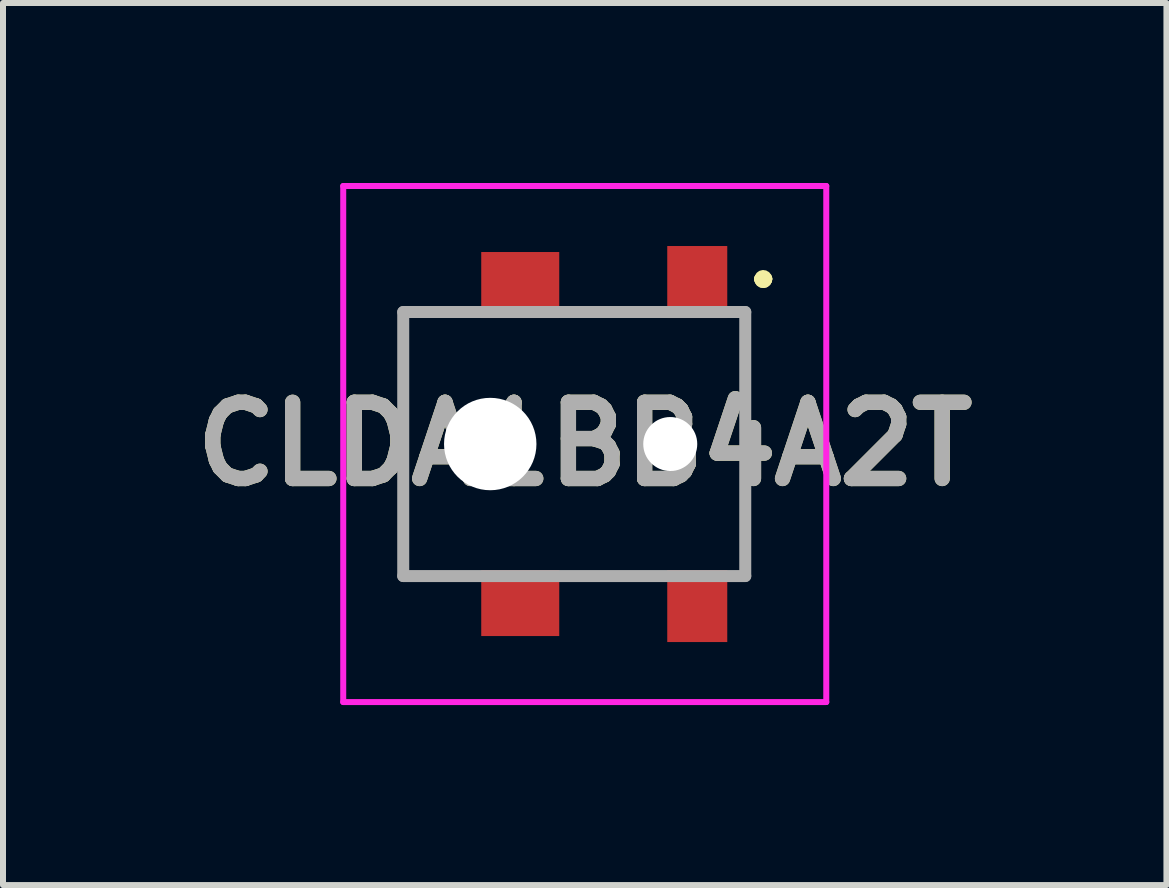
<source format=kicad_pcb>
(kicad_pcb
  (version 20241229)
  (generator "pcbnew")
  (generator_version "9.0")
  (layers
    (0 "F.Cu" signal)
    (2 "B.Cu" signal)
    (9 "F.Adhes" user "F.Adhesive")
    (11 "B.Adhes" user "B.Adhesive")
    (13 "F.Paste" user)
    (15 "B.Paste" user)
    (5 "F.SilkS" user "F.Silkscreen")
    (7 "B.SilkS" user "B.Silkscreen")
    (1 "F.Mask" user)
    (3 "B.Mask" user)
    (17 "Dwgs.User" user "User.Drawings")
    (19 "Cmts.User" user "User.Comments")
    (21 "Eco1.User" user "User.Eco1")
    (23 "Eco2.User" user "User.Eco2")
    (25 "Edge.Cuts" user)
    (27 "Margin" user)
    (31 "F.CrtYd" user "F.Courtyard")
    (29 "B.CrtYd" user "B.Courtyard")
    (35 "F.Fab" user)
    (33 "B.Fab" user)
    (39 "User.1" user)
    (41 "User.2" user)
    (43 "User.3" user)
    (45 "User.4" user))
  (footprint "CLDA1BB4A2T"
    (layer "F.Cu")
    (at 6.52 4.35)
    (property "Reference" "CLDA1BB4A2T" (at 0.175 0 0) (layer "F.SilkS") (effects (font (size 1.27 1.27) (thickness 0.254))))
    (attr through_hole)
    (fp_line (start -2.85 -2.2) (end -2.85 -2.2) (stroke (width 0.1) (type solid)) (layer "F.SilkS"))
    (fp_line (start -2.85 -2.2) (end -2.85 -2.2) (stroke (width 0.1) (type solid)) (layer "F.SilkS"))
    (fp_line (start -2.85 -2.2) (end -2.85 2.2) (stroke (width 0.1) (type solid)) (layer "F.SilkS"))
    (fp_line (start -2.85 -2.2) (end -2.15 -2.2) (stroke (width 0.1) (type solid)) (layer "F.SilkS"))
    (fp_line (start -2.85 2.2) (end -2.85 -2.2) (stroke (width 0.1) (type solid)) (layer "F.SilkS"))
    (fp_line (start -2.85 2.2) (end -2.85 2.2) (stroke (width 0.1) (type solid)) (layer "F.SilkS"))
    (fp_line (start -2.85 2.2) (end -2.85 2.2) (stroke (width 0.1) (type solid)) (layer "F.SilkS"))
    (fp_line (start -2.85 2.2) (end -2.15 2.2) (stroke (width 0.1) (type solid)) (layer "F.SilkS"))
    (fp_line (start -2.15 -2.2) (end -2.85 -2.2) (stroke (width 0.1) (type solid)) (layer "F.SilkS"))
    (fp_line (start -2.15 -2.2) (end -2.15 -2.2) (stroke (width 0.1) (type solid)) (layer "F.SilkS"))
    (fp_line (start -2.15 2.2) (end -2.85 2.2) (stroke (width 0.1) (type solid)) (layer "F.SilkS"))
    (fp_line (start -2.15 2.2) (end -2.15 2.2) (stroke (width 0.1) (type solid)) (layer "F.SilkS"))
    (fp_line (start 0.35 -2.2) (end 0.35 -2.2) (stroke (width 0.1) (type solid)) (layer "F.SilkS"))
    (fp_line (start 0.35 -2.2) (end 0.85 -2.2) (stroke (width 0.1) (type solid)) (layer "F.SilkS"))
    (fp_line (start 0.35 2.2) (end 0.35 2.2) (stroke (width 0.1) (type solid)) (layer "F.SilkS"))
    (fp_line (start 0.35 2.2) (end 0.85 2.2) (stroke (width 0.1) (type solid)) (layer "F.SilkS"))
    (fp_line (start 0.85 -2.2) (end 0.35 -2.2) (stroke (width 0.1) (type solid)) (layer "F.SilkS"))
    (fp_line (start 0.85 -2.2) (end 0.85 -2.2) (stroke (width 0.1) (type solid)) (layer "F.SilkS"))
    (fp_line (start 0.85 2.2) (end 0.35 2.2) (stroke (width 0.1) (type solid)) (layer "F.SilkS"))
    (fp_line (start 0.85 2.2) (end 0.85 2.2) (stroke (width 0.1) (type solid)) (layer "F.SilkS"))
    (fp_line (start 2.85 -1.5) (end 2.85 -1.5) (stroke (width 0.1) (type solid)) (layer "F.SilkS"))
    (fp_line (start 2.85 -1.5) (end 2.85 1.5) (stroke (width 0.1) (type solid)) (layer "F.SilkS"))
    (fp_line (start 2.85 1.5) (end 2.85 -1.5) (stroke (width 0.1) (type solid)) (layer "F.SilkS"))
    (fp_line (start 2.85 1.5) (end 2.85 1.5) (stroke (width 0.1) (type solid)) (layer "F.SilkS"))
    (fp_line (start 3.1 -2.75) (end 3.1 -2.75) (stroke (width 0.2) (type solid)) (layer "F.SilkS"))
    (fp_line (start 3.1 -2.75) (end 3.1 -2.75) (stroke (width 0.2) (type solid)) (layer "F.SilkS"))
    (fp_line (start 3.2 -2.75) (end 3.2 -2.75) (stroke (width 0.2) (type solid)) (layer "F.SilkS"))
    (fp_arc (start 3.1 -2.75) (mid 3.15 -2.8) (end 3.2 -2.75) (stroke (width 0.2) (type solid)) (layer "F.SilkS"))
    (fp_arc (start 3.2 -2.75) (mid 3.15 -2.7) (end 3.1 -2.75) (stroke (width 0.2) (type solid)) (layer "F.SilkS"))
    (fp_arc (start 3.2 -2.75) (mid 3.15 -2.7) (end 3.1 -2.75) (stroke (width 0.2) (type solid)) (layer "F.SilkS"))
    (fp_line (start -3.85 -4.3) (end 4.2 -4.3) (stroke (width 0.1) (type solid)) (layer "F.CrtYd"))
    (fp_line (start -3.85 4.3) (end -3.85 -4.3) (stroke (width 0.1) (type solid)) (layer "F.CrtYd"))
    (fp_line (start 4.2 -4.3) (end 4.2 4.3) (stroke (width 0.1) (type solid)) (layer "F.CrtYd"))
    (fp_line (start 4.2 4.3) (end -3.85 4.3) (stroke (width 0.1) (type solid)) (layer "F.CrtYd"))
    (fp_line (start -2.85 -2.2) (end -2.85 2.2) (stroke (width 0.2) (type solid)) (layer "F.Fab"))
    (fp_line (start -2.85 2.2) (end 2.85 2.2) (stroke (width 0.2) (type solid)) (layer "F.Fab"))
    (fp_line (start 2.85 -2.2) (end -2.85 -2.2) (stroke (width 0.2) (type solid)) (layer "F.Fab"))
    (fp_line (start 2.85 2.2) (end 2.85 -2.2) (stroke (width 0.2) (type solid)) (layer "F.Fab"))
    (fp_text user "${REFERENCE}" (at 0.175 0 0) (layer "F.Fab") (effects (font (size 1.27 1.27) (thickness 0.254))))
    (pad "" np_thru_hole circle (at -1.4 0) (size 1.54 1.54) (drill 1.54) (layers "*.Cu" "*.Mask"))
    (pad "" np_thru_hole circle (at 1.6 0) (size 0.9 0.9) (drill 0.9) (layers "*.Cu" "*.Mask"))
    (pad "1" smd rect (at 2.05 -2.7) (size 1 1.2) (layers "F.Cu" "F.Mask" "F.Paste"))
    (pad "2" smd rect (at -0.9 -2.65 90) (size 1.1 1.3) (layers "F.Cu" "F.Mask" "F.Paste"))
    (pad "3" smd rect (at 2.05 2.7) (size 1 1.2) (layers "F.Cu" "F.Mask" "F.Paste"))
    (pad "4" smd rect (at -0.9 2.65 90) (size 1.1 1.3) (layers "F.Cu" "F.Mask" "F.Paste")))
  (gr_rect
    (start -3 -3)
    (end 16.389 11.7)
    (stroke (width 0.1) (type default))
    (fill no)
    (layer "Edge.Cuts")))
</source>
